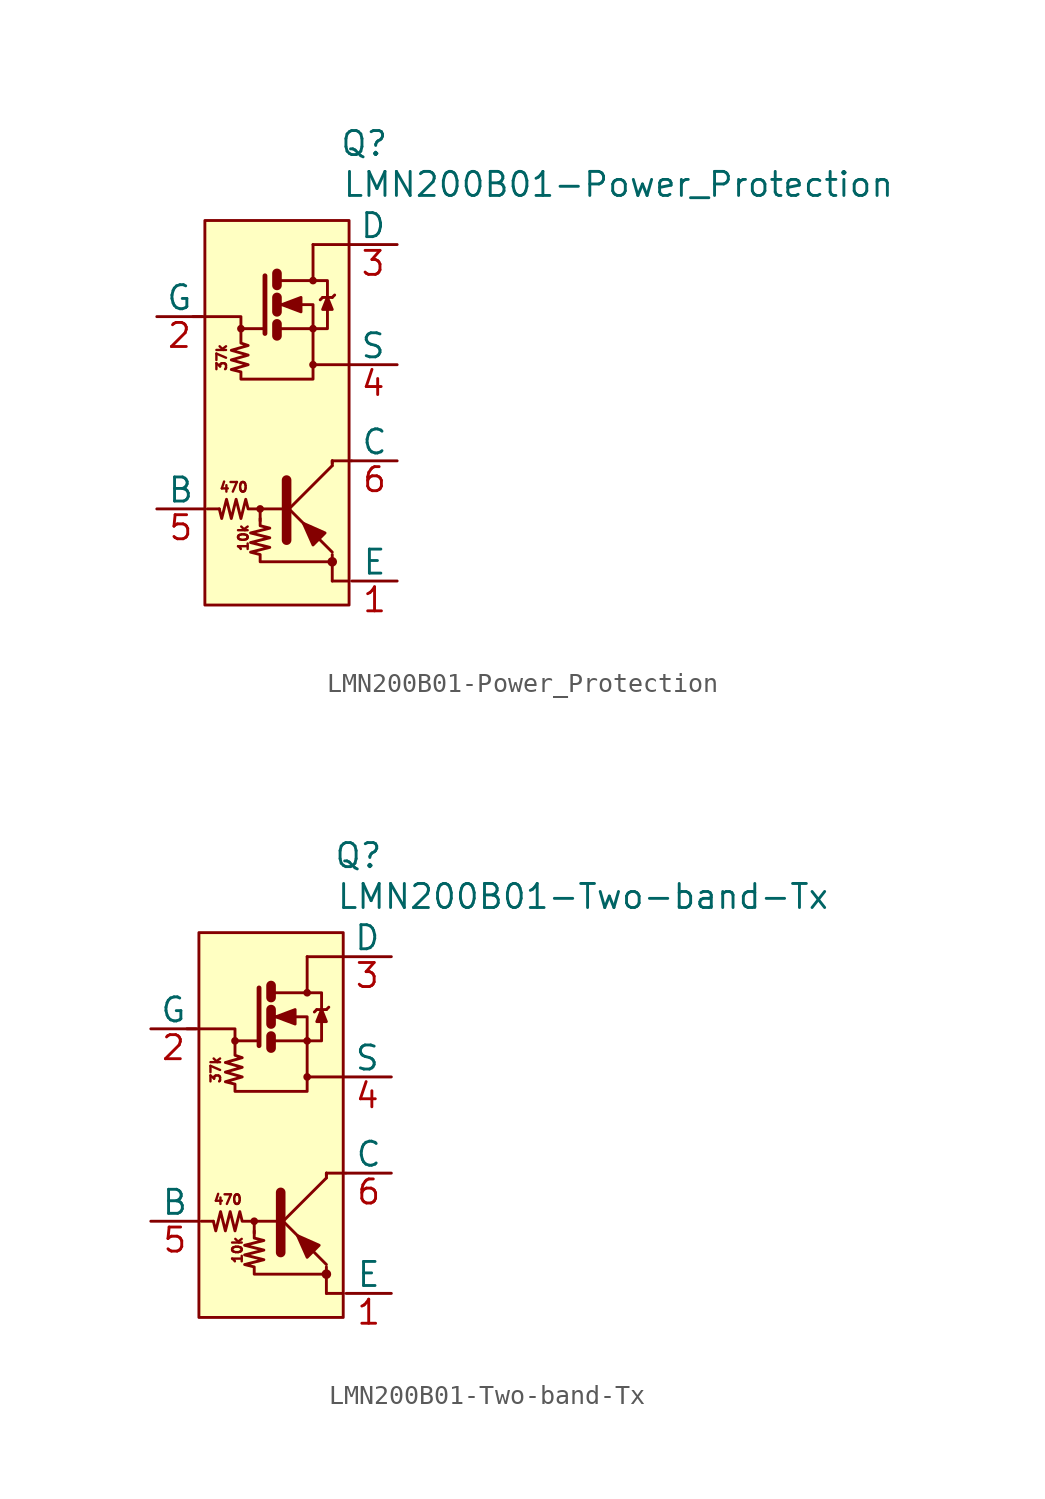
<source format=kicad_sym>
(kicad_symbol_lib
  (version 20211014)
  (generator kicad_symbol_editor)
  (symbol "LMN200B01-Power_Protection"
    (pin_names
      (offset 0))
    (property "Reference" "Q"
      (at 3.302 14.224 0)
      (effects (font (size 1.27 1.27)) (justify left)))
    (property "Value" "LMN200B01-Power_Protection"
      (at 3.429 12.065 0)
      (effects (font (size 1.27 1.27)) (justify left)))
    (property "Footprint" ""
      (at 0.381 -5.08 0)
      (effects (font (size 1.27 1.27)) (justify left)))
    (property "Datasheet" ""
      (at 0.381 -5.08 0)
      (effects (font (size 1.27 1.27)) (justify left)))
    (symbol "LMN200B01-Power_Protection_0_0"
      (rectangle (start -3.81 10.16) (end 3.81 -10.16) (stroke (width 0) (type default) (color 0 0 0 0)) (fill (type background)))
      (circle (center -1.905 4.445) (radius 0.127) (stroke (width 0) (type default) (color 0 0 0 0)) (fill (type none)))
      (polyline (pts (xy -1.905 4.445) (xy -0.635 4.445)) (stroke (width 0) (type default) (color 0 0 0 0)) (fill (type none)))
      (polyline (pts (xy 1.905 2.54) (xy 3.81 2.54)) (stroke (width 0) (type default) (color 0 0 0 0)) (fill (type none)))
      (polyline (pts (xy 1.905 8.89) (xy 3.81 8.89)) (stroke (width 0) (type default) (color 0 0 0 0)) (fill (type none)))
      (polyline (pts (xy 2.921 -8.89) (xy 3.81 -8.89)) (stroke (width 0) (type default) (color 0 0 0 0)) (fill (type none)))
      (polyline (pts (xy 2.921 -7.493) (xy 2.921 -8.89)) (stroke (width 0) (type default) (color 0 0 0 0)) (fill (type none)))
      (polyline (pts (xy 2.921 -2.667) (xy 2.921 -2.54)) (stroke (width 0) (type default) (color 0 0 0 0)) (fill (type none)))
      (polyline (pts (xy 2.921 -2.54) (xy 3.937 -2.54)) (stroke (width 0) (type default) (color 0 0 0 0)) (fill (type none)))
      (polyline (pts (xy -1.905 4.445) (xy -1.905 5.08) (xy -4.445 5.08)) (stroke (width 0) (type default) (color 0 0 0 0)) (fill (type none)))
      (polyline (pts (xy -0.889 -5.715) (xy -0.889 -5.207) (xy -0.889 -5.08)) (stroke (width 0) (type default) (color 0 0 0 0)) (fill (type none)))
      (polyline (pts (xy -1.905 4.445) (xy -1.905 3.683) (xy -1.524 3.556) (xy -2.413 3.302) (xy -1.524 3.048) (xy -2.413 2.794) (xy -1.524 2.54) (xy -2.413 2.286) (xy -1.905 2.159) (xy -1.905 1.778) (xy 1.905 1.778) (xy 1.905 2.413)) (stroke (width 0) (type default) (color 0 0 0 0)) (fill (type none)))
      (circle (center 1.905 2.54) (radius 0.127) (stroke (width 0) (type default) (color 0 0 0 0)) (fill (type none)))
      (circle (center 2.921 -7.874) (radius 0.178) (stroke (width 0) (type default) (color 0 0 0 0)) (fill (type outline)))
      (text "10k" (at -1.778 -6.604 900) (effects (font (size 0.508 0.508))))
      (text "37k" (at -2.921 2.921 900) (effects (font (size 0.508 0.508))))
      (text "470" (at -2.286 -3.937 0) (effects (font (size 0.508 0.508)))))
    (symbol "LMN200B01-Power_Protection_0_1"
      (circle (center -0.889 -5.08) (radius 0.127) (stroke (width 0) (type default) (color 0 0 0 0)) (fill (type none)))
      (polyline (pts (xy -3.048 -5.08) (xy -3.683 -5.08)) (stroke (width 0) (type default) (color 0 0 0 0)) (fill (type none)))
      (polyline (pts (xy 0 4.699) (xy 0 4.064)) (stroke (width 0.508) (type default) (color 0 0 0 0)) (fill (type none)))
      (polyline (pts (xy 0 6.096) (xy 0 5.334)) (stroke (width 0.508) (type default) (color 0 0 0 0)) (fill (type none)))
      (polyline (pts (xy 0 7.366) (xy 0 6.731)) (stroke (width 0.508) (type default) (color 0 0 0 0)) (fill (type none)))
      (polyline (pts (xy 0.381 -5.334) (xy 2.921 -2.794)) (stroke (width 0) (type default) (color 0 0 0 0)) (fill (type none)))
      (polyline (pts (xy 0.508 -3.556) (xy 0.508 -6.731)) (stroke (width 0.508) (type default) (color 0 0 0 0)) (fill (type outline)))
      (polyline (pts (xy 2.413 6.096) (xy 2.286 5.969)) (stroke (width 0) (type default) (color 0 0 0 0)) (fill (type none)))
      (polyline (pts (xy 2.413 6.096) (xy 2.921 6.096)) (stroke (width 0) (type default) (color 0 0 0 0)) (fill (type none)))
      (polyline (pts (xy 2.921 -2.794) (xy 2.921 -2.54)) (stroke (width 0) (type default) (color 0 0 0 0)) (fill (type none)))
      (polyline (pts (xy 2.921 6.096) (xy 3.048 6.223)) (stroke (width 0) (type default) (color 0 0 0 0)) (fill (type none)))
      (polyline (pts (xy -0.635 7.239) (xy -0.635 4.191) (xy -0.635 4.191)) (stroke (width 0.254) (type default) (color 0 0 0 0)) (fill (type none)))
      (polyline (pts (xy 2.921 -7.366) (xy 0.381 -4.826) (xy 0.381 -4.826)) (stroke (width 0) (type default) (color 0 0 0 0)) (fill (type none)))
      (polyline (pts (xy 0.127 4.445) (xy 1.905 4.445) (xy 1.905 2.54) (xy 1.905 3.175)) (stroke (width 0) (type default) (color 0 0 0 0)) (fill (type none)))
      (polyline (pts (xy 0.127 6.985) (xy 1.905 6.985) (xy 1.905 8.89) (xy 1.905 8.255)) (stroke (width 0) (type default) (color 0 0 0 0)) (fill (type none)))
      (polyline (pts (xy 1.905 -6.985) (xy 2.54 -6.35) (xy 1.397 -5.842) (xy 1.905 -6.985)) (stroke (width 0) (type default) (color 0 0 0 0)) (fill (type outline)))
      (polyline (pts (xy 1.905 6.985) (xy 2.667 6.985) (xy 2.667 4.445) (xy 1.905 4.445)) (stroke (width 0) (type default) (color 0 0 0 0)) (fill (type none)))
      (polyline (pts (xy 2.667 6.096) (xy 2.413 5.461) (xy 2.921 5.461) (xy 2.667 6.096)) (stroke (width 0) (type default) (color 0 0 0 0)) (fill (type outline)))
      (polyline (pts (xy 0.127 5.715) (xy 0.635 5.715) (xy 1.905 5.715) (xy 1.905 4.445) (xy 1.905 4.445)) (stroke (width 0) (type default) (color 0 0 0 0)) (fill (type none)))
      (polyline (pts (xy 0.254 5.715) (xy 1.27 6.096) (xy 1.27 5.334) (xy 0.254 5.715) (xy 0.381 5.715) (xy 0.381 5.715)) (stroke (width 0) (type default) (color 0 0 0 0)) (fill (type outline)))
      (polyline (pts (xy 0.381 -5.08) (xy -1.524 -5.08) (xy -1.651 -4.572) (xy -1.905 -5.588) (xy -2.159 -4.572) (xy -2.413 -5.588) (xy -2.667 -4.572) (xy -2.921 -5.588) (xy -3.048 -5.08)) (stroke (width 0) (type default) (color 0 0 0 0)) (fill (type none)))
      (polyline (pts (xy -0.889 -5.588) (xy -0.889 -5.969) (xy -0.381 -6.096) (xy -1.397 -6.35) (xy -0.381 -6.604) (xy -1.397 -6.858) (xy -0.381 -7.112) (xy -1.397 -7.366) (xy -0.889 -7.493) (xy -0.889 -7.874) (xy 2.921 -7.874)) (stroke (width 0) (type default) (color 0 0 0 0)) (fill (type none)))
      (circle (center 1.905 4.445) (radius 0.127) (stroke (width 0) (type default) (color 0 0 0 0)) (fill (type none)))
      (circle (center 1.905 6.985) (radius 0.127) (stroke (width 0) (type default) (color 0 0 0 0)) (fill (type none))))
    (symbol "LMN200B01-Power_Protection_1_1"
      (pin passive line (at 6.35 -8.89 180) (length 2.388) (name "E" (effects (font (size 1.27 1.27)))) (number "1" (effects (font (size 1.27 1.27)))))
      (pin input line (at -6.35 5.08 0) (length 2.388) (name "G" (effects (font (size 1.27 1.27)))) (number "2" (effects (font (size 1.27 1.27)))))
      (pin passive line (at 6.35 8.89 180) (length 2.54) (name "D" (effects (font (size 1.27 1.27)))) (number "3" (effects (font (size 1.27 1.27)))))
      (pin passive line (at 6.35 2.54 180) (length 2.54) (name "S" (effects (font (size 1.27 1.27)))) (number "4" (effects (font (size 1.27 1.27)))))
      (pin input line (at -6.35 -5.08 0) (length 2.54) (name "B" (effects (font (size 1.27 1.27)))) (number "5" (effects (font (size 1.27 1.27)))))
      (pin passive line (at 6.35 -2.54 180) (length 2.388) (name "C" (effects (font (size 1.27 1.27)))) (number "6" (effects (font (size 1.27 1.27)))))))
  (symbol "LMN200B01-Two-band-Tx"
    (pin_names
      (offset 0))
    (property "Reference" "Q"
      (at 3.302 14.224 0)
      (effects (font (size 1.27 1.27)) (justify left)))
    (property "Value" "LMN200B01-Two-band-Tx"
      (at 3.429 12.065 0)
      (effects (font (size 1.27 1.27)) (justify left)))
    (property "Footprint" ""
      (at 0.381 -5.08 0)
      (effects (font (size 1.27 1.27)) (justify left)))
    (property "Datasheet" ""
      (at 0.381 -5.08 0)
      (effects (font (size 1.27 1.27)) (justify left)))
    (symbol "LMN200B01-Two-band-Tx_0_0"
      (rectangle (start -3.81 10.16) (end 3.81 -10.16) (stroke (width 0) (type default) (color 0 0 0 0)) (fill (type background)))
      (circle (center -1.905 4.445) (radius 0.127) (stroke (width 0) (type default) (color 0 0 0 0)) (fill (type none)))
      (polyline (pts (xy -1.905 4.445) (xy -0.635 4.445)) (stroke (width 0) (type default) (color 0 0 0 0)) (fill (type none)))
      (polyline (pts (xy 1.905 2.54) (xy 3.81 2.54)) (stroke (width 0) (type default) (color 0 0 0 0)) (fill (type none)))
      (polyline (pts (xy 1.905 8.89) (xy 3.81 8.89)) (stroke (width 0) (type default) (color 0 0 0 0)) (fill (type none)))
      (polyline (pts (xy 2.921 -8.89) (xy 3.81 -8.89)) (stroke (width 0) (type default) (color 0 0 0 0)) (fill (type none)))
      (polyline (pts (xy 2.921 -7.493) (xy 2.921 -8.89)) (stroke (width 0) (type default) (color 0 0 0 0)) (fill (type none)))
      (polyline (pts (xy 2.921 -2.667) (xy 2.921 -2.54)) (stroke (width 0) (type default) (color 0 0 0 0)) (fill (type none)))
      (polyline (pts (xy 2.921 -2.54) (xy 3.937 -2.54)) (stroke (width 0) (type default) (color 0 0 0 0)) (fill (type none)))
      (polyline (pts (xy -1.905 4.445) (xy -1.905 5.08) (xy -4.445 5.08)) (stroke (width 0) (type default) (color 0 0 0 0)) (fill (type none)))
      (polyline (pts (xy -0.889 -5.715) (xy -0.889 -5.207) (xy -0.889 -5.08)) (stroke (width 0) (type default) (color 0 0 0 0)) (fill (type none)))
      (polyline (pts (xy -1.905 4.445) (xy -1.905 3.683) (xy -1.524 3.556) (xy -2.413 3.302) (xy -1.524 3.048) (xy -2.413 2.794) (xy -1.524 2.54) (xy -2.413 2.286) (xy -1.905 2.159) (xy -1.905 1.778) (xy 1.905 1.778) (xy 1.905 2.413)) (stroke (width 0) (type default) (color 0 0 0 0)) (fill (type none)))
      (circle (center 1.905 2.54) (radius 0.127) (stroke (width 0) (type default) (color 0 0 0 0)) (fill (type none)))
      (circle (center 2.921 -7.874) (radius 0.178) (stroke (width 0) (type default) (color 0 0 0 0)) (fill (type outline)))
      (text "10k" (at -1.778 -6.604 900) (effects (font (size 0.508 0.508))))
      (text "37k" (at -2.921 2.921 900) (effects (font (size 0.508 0.508))))
      (text "470" (at -2.286 -3.937 0) (effects (font (size 0.508 0.508)))))
    (symbol "LMN200B01-Two-band-Tx_0_1"
      (circle (center -0.889 -5.08) (radius 0.127) (stroke (width 0) (type default) (color 0 0 0 0)) (fill (type none)))
      (polyline (pts (xy -3.048 -5.08) (xy -3.683 -5.08)) (stroke (width 0) (type default) (color 0 0 0 0)) (fill (type none)))
      (polyline (pts (xy 0 4.699) (xy 0 4.064)) (stroke (width 0.508) (type default) (color 0 0 0 0)) (fill (type none)))
      (polyline (pts (xy 0 6.096) (xy 0 5.334)) (stroke (width 0.508) (type default) (color 0 0 0 0)) (fill (type none)))
      (polyline (pts (xy 0 7.366) (xy 0 6.731)) (stroke (width 0.508) (type default) (color 0 0 0 0)) (fill (type none)))
      (polyline (pts (xy 0.381 -5.334) (xy 2.921 -2.794)) (stroke (width 0) (type default) (color 0 0 0 0)) (fill (type none)))
      (polyline (pts (xy 0.508 -3.556) (xy 0.508 -6.731)) (stroke (width 0.508) (type default) (color 0 0 0 0)) (fill (type outline)))
      (polyline (pts (xy 2.413 6.096) (xy 2.286 5.969)) (stroke (width 0) (type default) (color 0 0 0 0)) (fill (type none)))
      (polyline (pts (xy 2.413 6.096) (xy 2.921 6.096)) (stroke (width 0) (type default) (color 0 0 0 0)) (fill (type none)))
      (polyline (pts (xy 2.921 -2.794) (xy 2.921 -2.54)) (stroke (width 0) (type default) (color 0 0 0 0)) (fill (type none)))
      (polyline (pts (xy 2.921 6.096) (xy 3.048 6.223)) (stroke (width 0) (type default) (color 0 0 0 0)) (fill (type none)))
      (polyline (pts (xy -0.635 7.239) (xy -0.635 4.191) (xy -0.635 4.191)) (stroke (width 0.254) (type default) (color 0 0 0 0)) (fill (type none)))
      (polyline (pts (xy 2.921 -7.366) (xy 0.381 -4.826) (xy 0.381 -4.826)) (stroke (width 0) (type default) (color 0 0 0 0)) (fill (type none)))
      (polyline (pts (xy 0.127 4.445) (xy 1.905 4.445) (xy 1.905 2.54) (xy 1.905 3.175)) (stroke (width 0) (type default) (color 0 0 0 0)) (fill (type none)))
      (polyline (pts (xy 0.127 6.985) (xy 1.905 6.985) (xy 1.905 8.89) (xy 1.905 8.255)) (stroke (width 0) (type default) (color 0 0 0 0)) (fill (type none)))
      (polyline (pts (xy 1.905 -6.985) (xy 2.54 -6.35) (xy 1.397 -5.842) (xy 1.905 -6.985)) (stroke (width 0) (type default) (color 0 0 0 0)) (fill (type outline)))
      (polyline (pts (xy 1.905 6.985) (xy 2.667 6.985) (xy 2.667 4.445) (xy 1.905 4.445)) (stroke (width 0) (type default) (color 0 0 0 0)) (fill (type none)))
      (polyline (pts (xy 2.667 6.096) (xy 2.413 5.461) (xy 2.921 5.461) (xy 2.667 6.096)) (stroke (width 0) (type default) (color 0 0 0 0)) (fill (type outline)))
      (polyline (pts (xy 0.127 5.715) (xy 0.635 5.715) (xy 1.905 5.715) (xy 1.905 4.445) (xy 1.905 4.445)) (stroke (width 0) (type default) (color 0 0 0 0)) (fill (type none)))
      (polyline (pts (xy 0.254 5.715) (xy 1.27 6.096) (xy 1.27 5.334) (xy 0.254 5.715) (xy 0.381 5.715) (xy 0.381 5.715)) (stroke (width 0) (type default) (color 0 0 0 0)) (fill (type outline)))
      (polyline (pts (xy 0.381 -5.08) (xy -1.524 -5.08) (xy -1.651 -4.572) (xy -1.905 -5.588) (xy -2.159 -4.572) (xy -2.413 -5.588) (xy -2.667 -4.572) (xy -2.921 -5.588) (xy -3.048 -5.08)) (stroke (width 0) (type default) (color 0 0 0 0)) (fill (type none)))
      (polyline (pts (xy -0.889 -5.588) (xy -0.889 -5.969) (xy -0.381 -6.096) (xy -1.397 -6.35) (xy -0.381 -6.604) (xy -1.397 -6.858) (xy -0.381 -7.112) (xy -1.397 -7.366) (xy -0.889 -7.493) (xy -0.889 -7.874) (xy 2.921 -7.874)) (stroke (width 0) (type default) (color 0 0 0 0)) (fill (type none)))
      (circle (center 1.905 4.445) (radius 0.127) (stroke (width 0) (type default) (color 0 0 0 0)) (fill (type none)))
      (circle (center 1.905 6.985) (radius 0.127) (stroke (width 0) (type default) (color 0 0 0 0)) (fill (type none))))
    (symbol "LMN200B01-Two-band-Tx_1_1"
      (pin passive line (at 6.35 -8.89 180) (length 2.388) (name "E" (effects (font (size 1.27 1.27)))) (number "1" (effects (font (size 1.27 1.27)))))
      (pin input line (at -6.35 5.08 0) (length 2.388) (name "G" (effects (font (size 1.27 1.27)))) (number "2" (effects (font (size 1.27 1.27)))))
      (pin passive line (at 6.35 8.89 180) (length 2.54) (name "D" (effects (font (size 1.27 1.27)))) (number "3" (effects (font (size 1.27 1.27)))))
      (pin passive line (at 6.35 2.54 180) (length 2.54) (name "S" (effects (font (size 1.27 1.27)))) (number "4" (effects (font (size 1.27 1.27)))))
      (pin input line (at -6.35 -5.08 0) (length 2.54) (name "B" (effects (font (size 1.27 1.27)))) (number "5" (effects (font (size 1.27 1.27)))))
      (pin passive line (at 6.35 -2.54 180) (length 2.388) (name "C" (effects (font (size 1.27 1.27)))) (number "6" (effects (font (size 1.27 1.27))))))))
</source>
